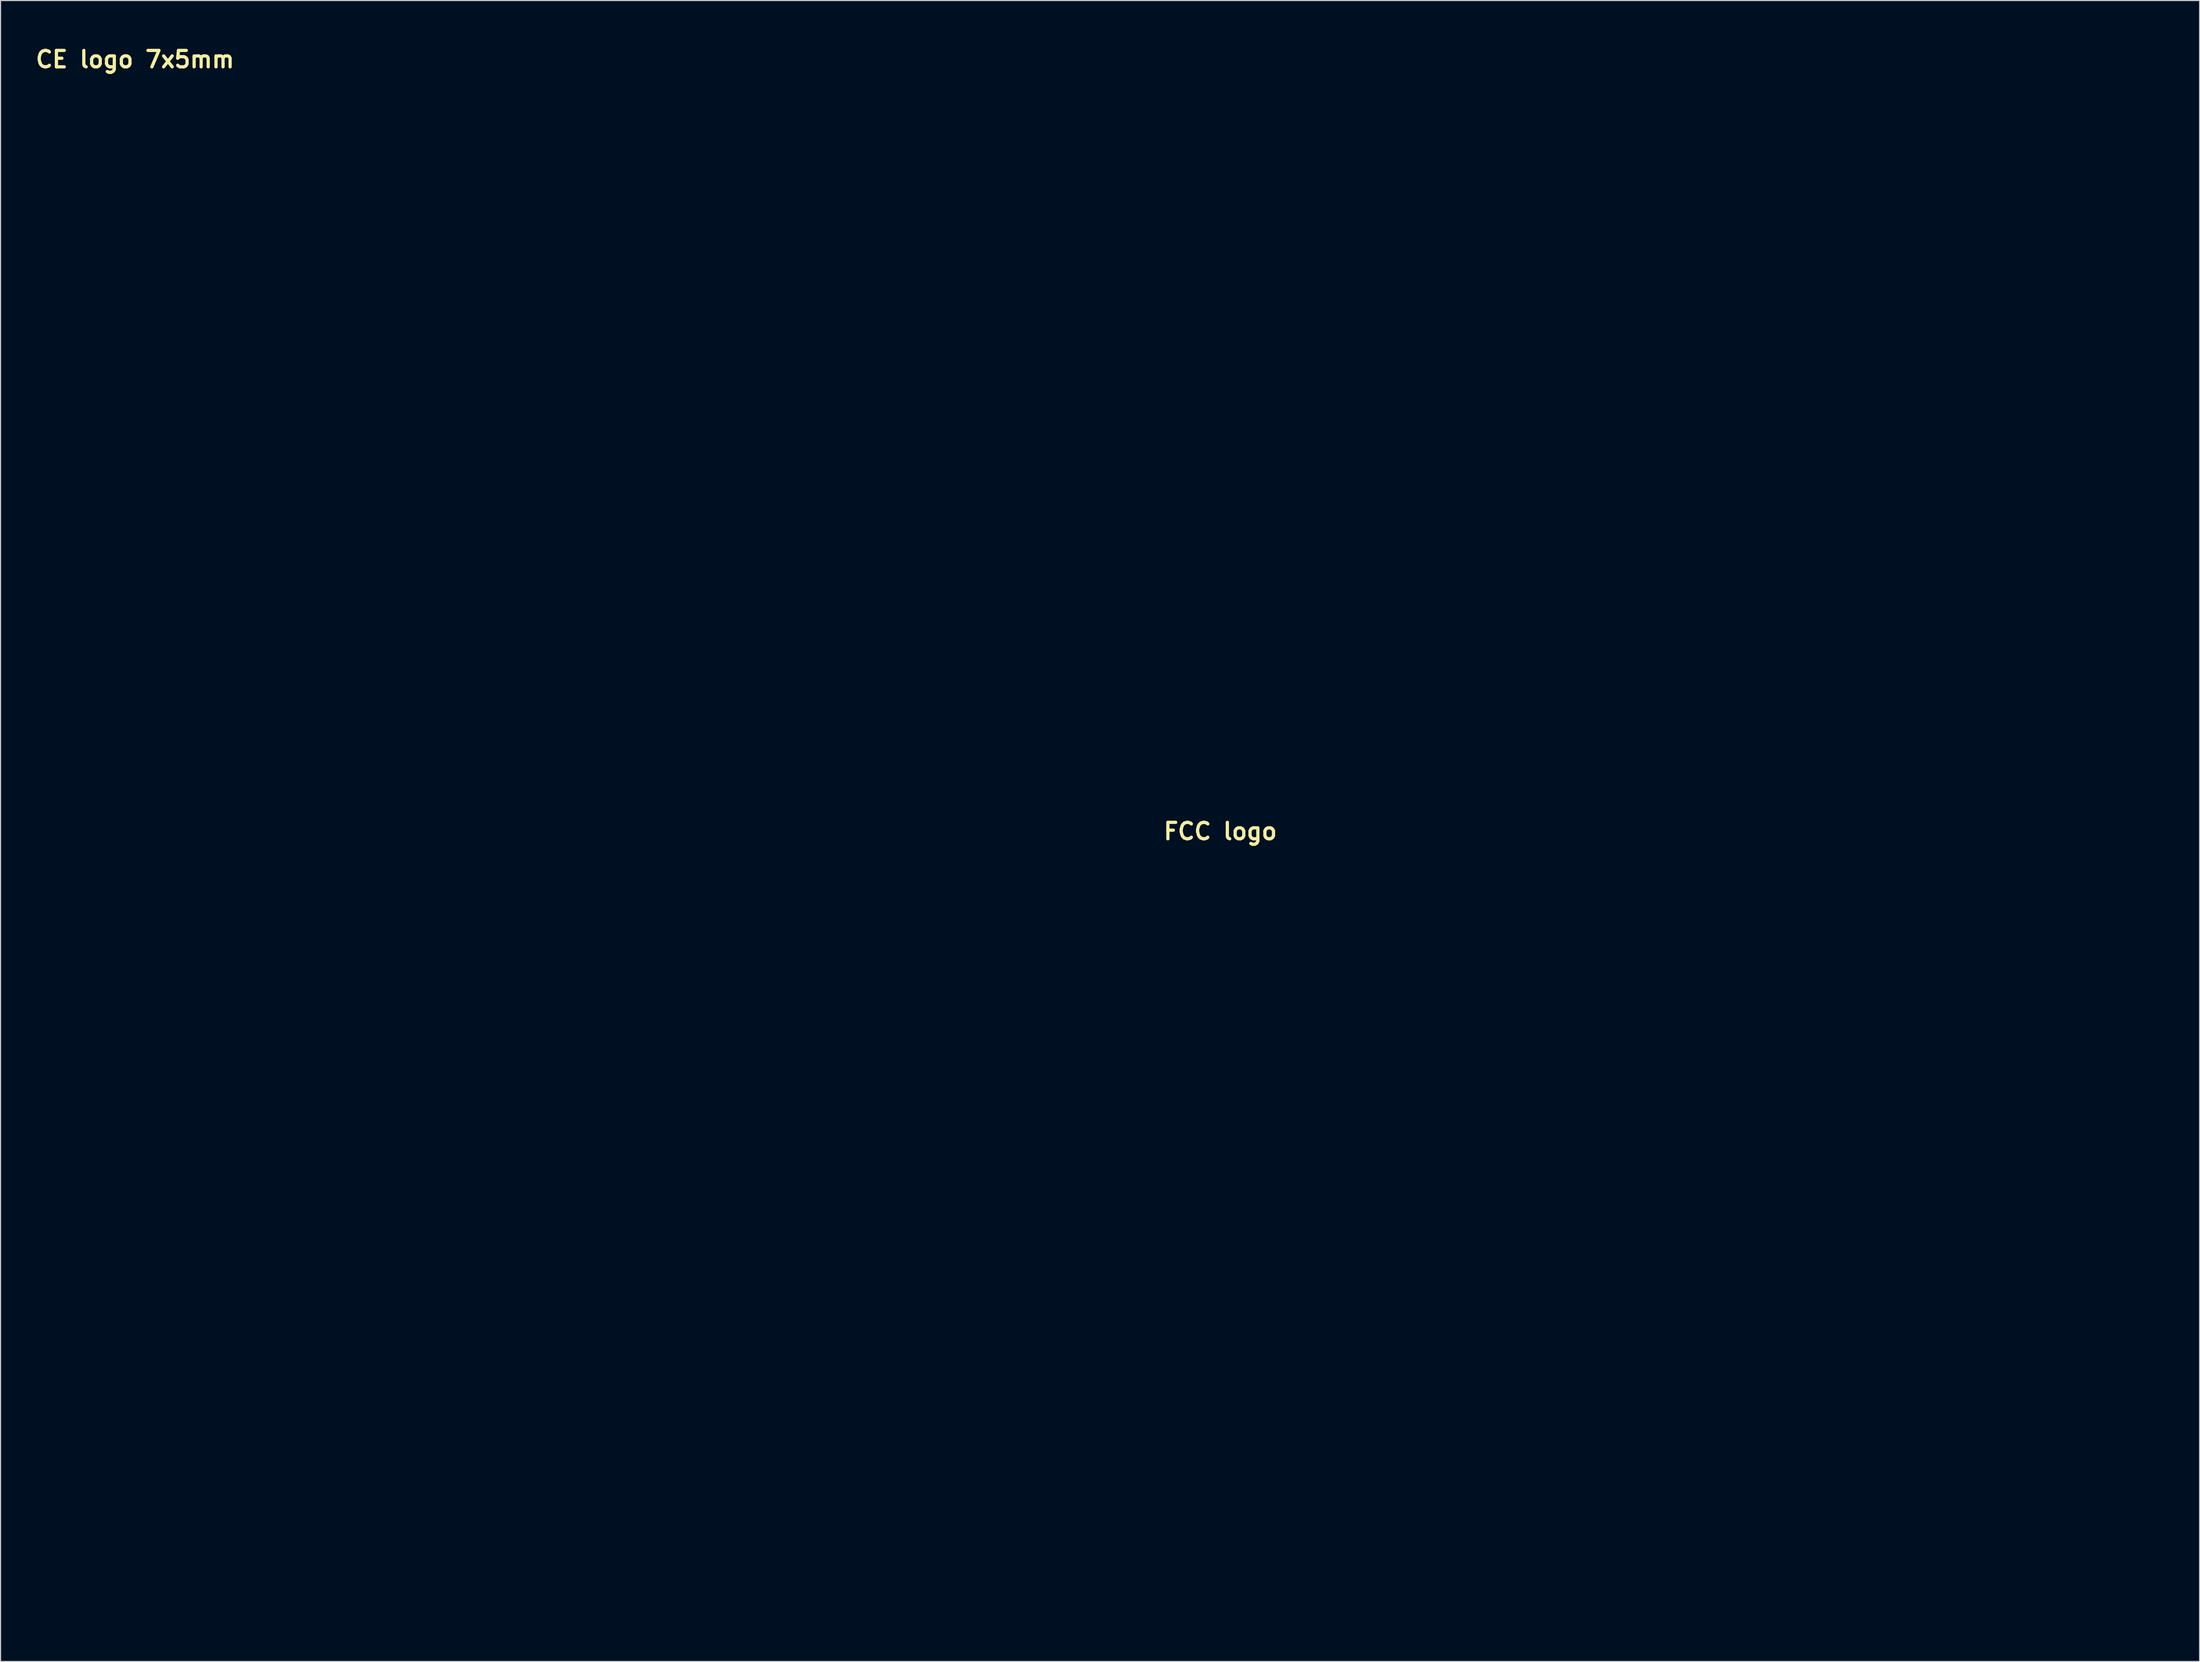
<source format=kicad_pcb>
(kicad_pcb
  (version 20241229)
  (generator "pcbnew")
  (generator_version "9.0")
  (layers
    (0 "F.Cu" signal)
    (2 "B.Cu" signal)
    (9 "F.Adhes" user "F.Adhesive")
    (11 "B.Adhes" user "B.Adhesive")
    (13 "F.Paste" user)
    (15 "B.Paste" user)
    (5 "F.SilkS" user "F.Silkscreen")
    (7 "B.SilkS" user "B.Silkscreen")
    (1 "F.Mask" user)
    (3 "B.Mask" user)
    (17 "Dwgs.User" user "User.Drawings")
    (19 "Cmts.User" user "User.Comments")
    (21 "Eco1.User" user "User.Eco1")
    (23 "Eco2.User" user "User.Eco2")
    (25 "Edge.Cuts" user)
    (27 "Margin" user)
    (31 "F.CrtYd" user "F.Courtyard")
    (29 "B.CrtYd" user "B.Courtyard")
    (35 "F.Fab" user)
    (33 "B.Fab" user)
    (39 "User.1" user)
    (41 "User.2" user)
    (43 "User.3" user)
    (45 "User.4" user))
  (footprint "CE logo 7x5mm"
    (layer "F.Cu")
    (at 9.478 2.462)
    (property "Reference" "CE logo 7x5mm" (at 0 0 0) (layer "F.SilkS") (effects (font (size 1.524 1.524) (thickness 0.3))))
    (attr through_hole)
    (fp_poly (pts (xy -0.857 -2.454) (xy -0.808 -2.453) (xy -0.769 -2.452) (xy -0.741 -2.45) (xy -0.727 -2.448) (xy -0.724 -2.446) (xy -0.721 -2.441) (xy -0.719 -2.432) (xy -0.717 -2.418) (xy -0.715 -2.398) (xy -0.714 -2.369) (xy -0.714 -2.331) (xy -0.713 -2.281) (xy -0.713 -2.22) (xy -0.713 -2.144) (xy -0.713 -2.073) (xy -0.713 -1.703) (xy -0.793 -1.71) (xy -0.858 -1.714) (xy -0.931 -1.716) (xy -1.007 -1.715) (xy -1.082 -1.713) (xy -1.151 -1.709) (xy -1.21 -1.703) (xy -1.225 -1.701) (xy -1.387 -1.669) (xy -1.545 -1.622) (xy -1.696 -1.56) (xy -1.839 -1.485) (xy -1.975 -1.397) (xy -2.102 -1.297) (xy -2.219 -1.185) (xy -2.325 -1.063) (xy -2.419 -0.931) (xy -2.502 -0.79) (xy -2.57 -0.64) (xy -2.585 -0.603) (xy -2.619 -0.499) (xy -2.649 -0.388) (xy -2.672 -0.279) (xy -2.677 -0.25) (xy -2.684 -0.189) (xy -2.689 -0.117) (xy -2.691 -0.038) (xy -2.691 0.043) (xy -2.688 0.121) (xy -2.684 0.193) (xy -2.677 0.25) (xy -2.643 0.416) (xy -2.594 0.575) (xy -2.531 0.728) (xy -2.455 0.873) (xy -2.365 1.01) (xy -2.263 1.138) (xy -2.149 1.255) (xy -2.023 1.361) (xy -1.887 1.456) (xy -1.741 1.538) (xy -1.74 1.539) (xy -1.603 1.6) (xy -1.457 1.65) (xy -1.307 1.687) (xy -1.225 1.701) (xy -1.17 1.708) (xy -1.103 1.712) (xy -1.029 1.715) (xy -0.953 1.716) (xy -0.879 1.715) (xy -0.811 1.711) (xy -0.793 1.71) (xy -0.713 1.703) (xy -0.713 2.072) (xy -0.713 2.169) (xy -0.713 2.25) (xy -0.714 2.316) (xy -0.715 2.368) (xy -0.717 2.406) (xy -0.719 2.431) (xy -0.721 2.444) (xy -0.722 2.446) (xy -0.732 2.448) (xy -0.756 2.449) (xy -0.791 2.451) (xy -0.835 2.452) (xy -0.884 2.453) (xy -0.936 2.454) (xy -0.988 2.455) (xy -1.038 2.455) (xy -1.082 2.455) (xy -1.119 2.455) (xy -1.146 2.454) (xy -1.155 2.453) (xy -1.176 2.451) (xy -1.208 2.447) (xy -1.245 2.443) (xy -1.266 2.441) (xy -1.446 2.414) (xy -1.627 2.371) (xy -1.807 2.313) (xy -1.983 2.241) (xy -2.154 2.156) (xy -2.319 2.058) (xy -2.476 1.947) (xy -2.52 1.913) (xy -2.571 1.87) (xy -2.629 1.817) (xy -2.691 1.758) (xy -2.752 1.697) (xy -2.809 1.636) (xy -2.86 1.579) (xy -2.888 1.545) (xy -3.009 1.381) (xy -3.115 1.209) (xy -3.207 1.031) (xy -3.283 0.845) (xy -3.345 0.654) (xy -3.391 0.456) (xy -3.418 0.287) (xy -3.422 0.243) (xy -3.425 0.186) (xy -3.427 0.12) (xy -3.429 0.048) (xy -3.429 -0.027) (xy -3.428 -0.099) (xy -3.426 -0.168) (xy -3.423 -0.228) (xy -3.419 -0.276) (xy -3.418 -0.287) (xy -3.385 -0.488) (xy -3.336 -0.685) (xy -3.272 -0.875) (xy -3.193 -1.06) (xy -3.099 -1.237) (xy -2.991 -1.408) (xy -2.888 -1.545) (xy -2.845 -1.596) (xy -2.792 -1.654) (xy -2.733 -1.716) (xy -2.672 -1.777) (xy -2.611 -1.834) (xy -2.554 -1.885) (xy -2.52 -1.913) (xy -2.356 -2.034) (xy -2.184 -2.14) (xy -2.006 -2.232) (xy -1.82 -2.308) (xy -1.629 -2.37) (xy -1.431 -2.416) (xy -1.262 -2.443) (xy -1.233 -2.446) (xy -1.192 -2.448) (xy -1.143 -2.45) (xy -1.088 -2.452) (xy -1.03 -2.453) (xy -0.97 -2.454) (xy -0.911 -2.454) (xy -0.857 -2.454)) (stroke (width 0.01) (type solid)) (fill yes) (layer "F.Mask"))
    (fp_poly (pts (xy 3.319 -2.456) (xy 3.353 -2.454) (xy 3.449 -2.448) (xy 3.449 -1.704) (xy 3.382 -1.71) (xy 3.325 -1.714) (xy 3.259 -1.716) (xy 3.187 -1.716) (xy 3.114 -1.714) (xy 3.046 -1.71) (xy 2.986 -1.705) (xy 2.954 -1.701) (xy 2.791 -1.669) (xy 2.634 -1.621) (xy 2.483 -1.56) (xy 2.339 -1.484) (xy 2.203 -1.396) (xy 2.077 -1.296) (xy 1.96 -1.185) (xy 1.854 -1.063) (xy 1.759 -0.931) (xy 1.677 -0.79) (xy 1.609 -0.641) (xy 1.594 -0.604) (xy 1.584 -0.575) (xy 1.572 -0.538) (xy 1.559 -0.498) (xy 1.547 -0.458) (xy 1.537 -0.422) (xy 1.529 -0.393) (xy 1.524 -0.374) (xy 1.524 -0.371) (xy 1.532 -0.37) (xy 1.555 -0.37) (xy 1.592 -0.37) (xy 1.643 -0.37) (xy 1.704 -0.369) (xy 1.777 -0.369) (xy 1.858 -0.369) (xy 1.948 -0.369) (xy 2.045 -0.369) (xy 2.148 -0.369) (xy 2.241 -0.369) (xy 2.958 -0.369) (xy 2.958 0.369) (xy 2.241 0.369) (xy 2.134 0.369) (xy 2.032 0.369) (xy 1.936 0.369) (xy 1.847 0.369) (xy 1.767 0.369) (xy 1.696 0.369) (xy 1.635 0.37) (xy 1.587 0.37) (xy 1.551 0.37) (xy 1.53 0.37) (xy 1.524 0.371) (xy 1.526 0.379) (xy 1.531 0.4) (xy 1.539 0.429) (xy 1.544 0.448) (xy 1.594 0.605) (xy 1.659 0.754) (xy 1.738 0.897) (xy 1.829 1.031) (xy 1.933 1.156) (xy 2.047 1.271) (xy 2.173 1.374) (xy 2.307 1.466) (xy 2.45 1.545) (xy 2.601 1.61) (xy 2.705 1.644) (xy 2.815 1.674) (xy 2.924 1.697) (xy 2.954 1.701) (xy 3.005 1.707) (xy 3.069 1.712) (xy 3.139 1.715) (xy 3.212 1.716) (xy 3.282 1.715) (xy 3.346 1.713) (xy 3.382 1.71) (xy 3.449 1.704) (xy 3.449 2.447) (xy 3.382 2.453) (xy 3.35 2.454) (xy 3.307 2.456) (xy 3.257 2.456) (xy 3.203 2.457) (xy 3.149 2.456) (xy 3.099 2.456) (xy 3.057 2.455) (xy 3.027 2.453) (xy 3.023 2.453) (xy 2.914 2.441) (xy 2.817 2.428) (xy 2.729 2.413) (xy 2.644 2.395) (xy 2.56 2.373) (xy 2.512 2.36) (xy 2.332 2.299) (xy 2.154 2.223) (xy 1.982 2.132) (xy 1.816 2.029) (xy 1.659 1.914) (xy 1.659 1.913) (xy 1.608 1.87) (xy 1.549 1.817) (xy 1.488 1.758) (xy 1.427 1.697) (xy 1.369 1.636) (xy 1.319 1.579) (xy 1.29 1.545) (xy 1.17 1.381) (xy 1.064 1.209) (xy 0.972 1.031) (xy 0.895 0.845) (xy 0.834 0.654) (xy 0.787 0.456) (xy 0.761 0.287) (xy 0.756 0.243) (xy 0.753 0.186) (xy 0.751 0.12) (xy 0.75 0.048) (xy 0.75 -0.027) (xy 0.751 -0.099) (xy 0.753 -0.168) (xy 0.755 -0.228) (xy 0.759 -0.276) (xy 0.761 -0.287) (xy 0.794 -0.488) (xy 0.843 -0.685) (xy 0.907 -0.875) (xy 0.986 -1.06) (xy 1.08 -1.237) (xy 1.188 -1.408) (xy 1.29 -1.545) (xy 1.334 -1.596) (xy 1.387 -1.654) (xy 1.446 -1.716) (xy 1.507 -1.777) (xy 1.568 -1.834) (xy 1.624 -1.885) (xy 1.659 -1.913) (xy 1.823 -2.034) (xy 1.994 -2.14) (xy 2.173 -2.231) (xy 2.357 -2.308) (xy 2.548 -2.369) (xy 2.744 -2.415) (xy 2.881 -2.438) (xy 2.941 -2.445) (xy 3.014 -2.45) (xy 3.092 -2.454) (xy 3.173 -2.457) (xy 3.25 -2.457) (xy 3.319 -2.456)) (stroke (width 0.01) (type solid)) (fill yes) (layer "F.Mask")))
  (footprint "FCC logo"
    (layer "F.Cu")
    (at 110.155 74.088)
    (property "Reference" "FCC logo" (at 0 0 0) (layer "F.SilkS") (effects (font (size 1.524 1.524) (thickness 0.3))))
    (attr through_hole)
    (fp_poly (pts (xy 31.141 -42.564) (xy 36.268 -41.87) (xy 41.366 -40.519) (xy 44.45 -39.355) (xy 48.001 -37.666) (xy 51.345 -35.651) (xy 54.729 -33.158) (xy 54.957 -32.975) (xy 56.35 -31.772) (xy 57.862 -30.333) (xy 59.359 -28.797) (xy 60.712 -27.304) (xy 61.788 -25.995) (xy 62.447 -25.024) (xy 62.44 -24.757) (xy 62.148 -24.343) (xy 61.518 -23.733) (xy 60.491 -22.879) (xy 59.011 -21.732) (xy 57.023 -20.242) (xy 56.454 -19.821) (xy 54.614 -18.471) (xy 52.959 -17.277) (xy 51.575 -16.298) (xy 50.547 -15.593) (xy 49.96 -15.224) (xy 49.862 -15.183) (xy 49.502 -15.449) (xy 48.879 -16.122) (xy 48.331 -16.799) (xy 46.064 -19.254) (xy 43.255 -21.507) (xy 40.057 -23.455) (xy 36.625 -24.995) (xy 35.278 -25.456) (xy 32.813 -26.006) (xy 29.942 -26.298) (xy 26.914 -26.331) (xy 23.98 -26.105) (xy 21.388 -25.62) (xy 20.814 -25.456) (xy 16.643 -23.817) (xy 12.942 -21.653) (xy 9.716 -18.968) (xy 6.968 -15.765) (xy 4.702 -12.048) (xy 4.413 -11.465) (xy 2.975 -7.955) (xy 2.115 -4.498) (xy 1.775 -0.845) (xy 1.764 0) (xy 1.998 3.729) (xy 2.741 7.207) (xy 4.048 10.685) (xy 4.413 11.465) (xy 6.609 15.257) (xy 9.287 18.535) (xy 12.444 21.296) (xy 16.076 23.535) (xy 20.179 25.251) (xy 20.814 25.456) (xy 22.115 25.823) (xy 23.354 26.066) (xy 24.737 26.207) (xy 26.47 26.271) (xy 28.046 26.282) (xy 30.157 26.259) (xy 31.771 26.176) (xy 33.092 26.009) (xy 34.328 25.733) (xy 35.278 25.456) (xy 38.758 24.1) (xy 42.064 22.297) (xy 45.041 20.149) (xy 47.534 17.76) (xy 48.331 16.799) (xy 49.049 15.927) (xy 49.621 15.339) (xy 49.862 15.183) (xy 50.22 15.38) (xy 51.058 15.939) (xy 52.29 16.801) (xy 53.832 17.905) (xy 55.599 19.191) (xy 56.454 19.821) (xy 58.578 21.404) (xy 60.178 22.632) (xy 61.312 23.555) (xy 62.035 24.221) (xy 62.402 24.679) (xy 62.471 24.976) (xy 62.452 25.024) (xy 61.806 25.973) (xy 60.756 27.248) (xy 59.428 28.712) (xy 57.952 30.231) (xy 56.457 31.669) (xy 55.07 32.889) (xy 54.735 33.161) (xy 50.245 36.34) (xy 45.616 38.851) (xy 40.771 40.726) (xy 35.631 42) (xy 33.69 42.318) (xy 31.673 42.515) (xy 29.243 42.613) (xy 26.675 42.612) (xy 24.246 42.513) (xy 22.232 42.316) (xy 22.183 42.309) (xy 16.843 41.181) (xy 11.767 39.426) (xy 7 37.083) (xy 2.59 34.191) (xy -1.417 30.788) (xy -4.976 26.912) (xy -8.041 22.603) (xy -10.564 17.898) (xy -12.26 13.582) (xy -13.049 11.029) (xy -13.613 8.731) (xy -13.985 6.471) (xy -14.197 4.028) (xy -14.282 1.184) (xy -14.287 0) (xy -14.241 -3.046) (xy -14.079 -5.61) (xy -13.77 -7.912) (xy -13.28 -10.17) (xy -12.577 -12.604) (xy -12.26 -13.582) (xy -10.259 -18.555) (xy -7.711 -23.131) (xy -4.671 -27.287) (xy -1.189 -31) (xy 2.682 -34.245) (xy 6.889 -36.999) (xy 11.381 -39.237) (xy 16.104 -40.937) (xy 21.007 -42.074) (xy 26.037 -42.624) (xy 31.141 -42.564)) (stroke (width 0.01) (type solid)) (fill yes) (layer "F.Mask"))
    (fp_poly (pts (xy -51.362 -74.082) (xy -46.441 -74.076) (xy -42.152 -74.066) (xy -38.459 -74.051) (xy -35.326 -74.03) (xy -32.716 -74.004) (xy -30.592 -73.971) (xy -28.918 -73.93) (xy -27.658 -73.883) (xy -26.775 -73.827) (xy -26.233 -73.763) (xy -25.995 -73.69) (xy -25.982 -73.642) (xy -26.25 -73.251) (xy -26.875 -72.363) (xy -27.801 -71.054) (xy -28.976 -69.401) (xy -30.344 -67.481) (xy -31.851 -65.371) (xy -32.179 -64.911) (xy -38.106 -56.621) (xy -55.654 -56.444) (xy -73.201 -56.268) (xy -73.292 -32.187) (xy -73.383 -8.106) (xy -59.376 -8.198) (xy -45.37 -8.29) (xy -44.913 -11.465) (xy -43.616 -18.063) (xy -41.656 -24.578) (xy -39.075 -30.935) (xy -35.916 -37.056) (xy -32.222 -42.867) (xy -28.035 -48.29) (xy -23.397 -53.249) (xy -19.822 -56.473) (xy -14.076 -60.884) (xy -8.133 -64.642) (xy -1.935 -67.776) (xy 4.58 -70.313) (xy 11.47 -72.282) (xy 16.051 -73.247) (xy 18.053 -73.521) (xy 20.596 -73.725) (xy 23.519 -73.86) (xy 26.664 -73.925) (xy 29.873 -73.92) (xy 32.986 -73.845) (xy 35.844 -73.701) (xy 38.289 -73.486) (xy 39.864 -73.259) (xy 47.205 -71.582) (xy 54.146 -69.326) (xy 60.7 -66.484) (xy 66.88 -63.051) (xy 72.698 -59.019) (xy 78.168 -54.381) (xy 80.064 -52.552) (xy 81.247 -51.331) (xy 82.543 -49.923) (xy 83.866 -48.431) (xy 85.128 -46.959) (xy 86.243 -45.608) (xy 87.124 -44.483) (xy 87.684 -43.685) (xy 87.842 -43.346) (xy 87.573 -43.077) (xy 86.832 -42.469) (xy 85.719 -41.595) (xy 84.334 -40.532) (xy 82.776 -39.352) (xy 81.145 -38.132) (xy 79.54 -36.945) (xy 78.062 -35.865) (xy 76.81 -34.968) (xy 75.883 -34.328) (xy 75.381 -34.019) (xy 75.359 -34.01) (xy 74.906 -34.188) (xy 74.149 -34.885) (xy 73.169 -36.026) (xy 73.009 -36.228) (xy 69.195 -40.562) (xy 64.831 -44.537) (xy 60.006 -48.101) (xy 54.806 -51.199) (xy 49.318 -53.779) (xy 43.631 -55.785) (xy 39.567 -56.822) (xy 36.901 -57.266) (xy 33.752 -57.582) (xy 30.332 -57.764) (xy 26.854 -57.808) (xy 23.53 -57.707) (xy 20.572 -57.455) (xy 19.839 -57.356) (xy 13.656 -56.103) (xy 7.751 -54.225) (xy 2.155 -51.762) (xy -3.099 -48.751) (xy -7.976 -45.231) (xy -12.446 -41.24) (xy -16.474 -36.817) (xy -20.028 -31.998) (xy -23.074 -26.824) (xy -25.58 -21.331) (xy -27.513 -15.558) (xy -28.839 -9.544) (xy -29.527 -3.326) (xy -29.62 0) (xy -29.282 6.36) (xy -28.285 12.526) (xy -26.66 18.462) (xy -24.437 24.129) (xy -21.645 29.493) (xy -18.315 34.516) (xy -14.476 39.161) (xy -10.158 43.393) (xy -5.391 47.173) (xy -0.204 50.467) (xy 5.372 53.236) (xy 11.308 55.445) (xy 16.669 56.866) (xy 17.997 57.137) (xy 19.246 57.339) (xy 20.556 57.481) (xy 22.064 57.575) (xy 23.912 57.628) (xy 26.236 57.651) (xy 28.046 57.654) (xy 30.754 57.645) (xy 32.896 57.612) (xy 34.609 57.545) (xy 36.032 57.435) (xy 37.304 57.272) (xy 38.563 57.047) (xy 39.387 56.874) (xy 44.885 55.378) (xy 50.359 53.322) (xy 55.618 50.789) (xy 60.472 47.864) (xy 61.678 47.026) (xy 64.319 44.971) (xy 67.062 42.555) (xy 69.7 39.975) (xy 72.026 37.429) (xy 73.009 36.228) (xy 74.016 35.028) (xy 74.811 34.261) (xy 75.314 34.001) (xy 75.359 34.01) (xy 75.814 34.283) (xy 76.704 34.894) (xy 77.929 35.769) (xy 79.39 36.834) (xy 80.987 38.014) (xy 82.62 39.235) (xy 84.189 40.422) (xy 85.595 41.5) (xy 86.739 42.395) (xy 87.52 43.032) (xy 87.839 43.337) (xy 87.842 43.346) (xy 87.616 43.791) (xy 86.997 44.65) (xy 86.072 45.82) (xy 84.927 47.198) (xy 83.649 48.681) (xy 82.325 50.167) (xy 81.042 51.553) (xy 80.071 52.552) (xy 74.787 57.343) (xy 69.091 61.586) (xy 63.035 65.254) (xy 56.67 68.325) (xy 50.048 70.773) (xy 43.221 72.573) (xy 36.239 73.702) (xy 35.679 73.762) (xy 33.228 73.937) (xy 30.338 74.019) (xy 27.198 74.012) (xy 23.999 73.922) (xy 20.929 73.754) (xy 18.177 73.514) (xy 15.934 73.207) (xy 15.875 73.196) (xy 8.672 71.568) (xy 1.794 69.313) (xy -4.774 66.427) (xy -11.043 62.903) (xy -17.027 58.734) (xy -19.822 56.486) (xy -24.781 51.867) (xy -29.312 46.739) (xy -33.372 41.177) (xy -36.92 35.255) (xy -39.915 29.046) (xy -42.316 22.625) (xy -44.082 16.066) (xy -44.913 11.465) (xy -45.37 8.29) (xy -59.374 8.198) (xy -73.378 8.106) (xy -73.378 63.337) (xy -80.316 68.446) (xy -82.266 69.878) (xy -84.042 71.179) (xy -85.562 72.287) (xy -86.74 73.141) (xy -87.494 73.679) (xy -87.725 73.836) (xy -87.78 73.775) (xy -87.831 73.507) (xy -87.877 73.006) (xy -87.92 72.246) (xy -87.959 71.202) (xy -87.994 69.847) (xy -88.026 68.158) (xy -88.054 66.107) (xy -88.079 63.669) (xy -88.101 60.819) (xy -88.121 57.531) (xy -88.138 53.78) (xy -88.152 49.539) (xy -88.164 44.784) (xy -88.173 39.488) (xy -88.181 33.626) (xy -88.187 27.173) (xy -88.191 20.102) (xy -88.193 12.389) (xy -88.194 4.007) (xy -88.194 0.018) (xy -88.194 -74.083) (xy -56.953 -74.083) (xy -51.362 -74.082)) (stroke (width 0.01) (type solid)) (fill yes) (layer "F.Mask")))
  (gr_rect
    (start -3 -3)
    (end 201.002 151.112)
    (stroke (width 0.1) (type default))
    (fill no)
    (layer "Edge.Cuts")))
</source>
